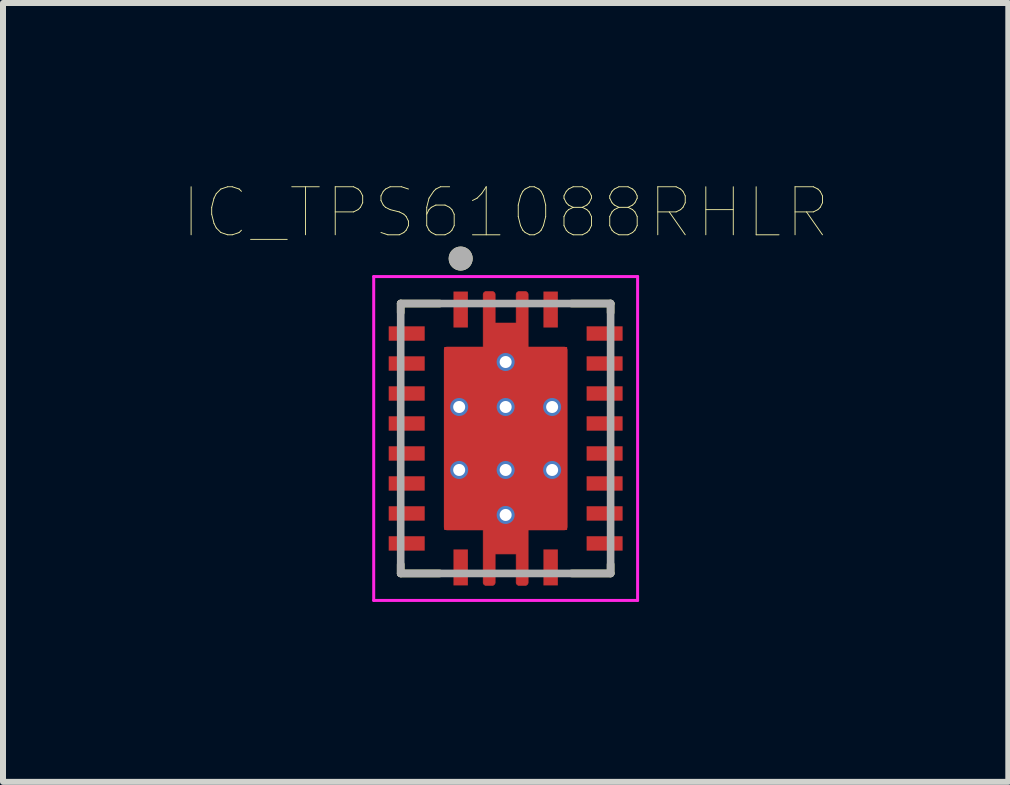
<source format=kicad_pcb>
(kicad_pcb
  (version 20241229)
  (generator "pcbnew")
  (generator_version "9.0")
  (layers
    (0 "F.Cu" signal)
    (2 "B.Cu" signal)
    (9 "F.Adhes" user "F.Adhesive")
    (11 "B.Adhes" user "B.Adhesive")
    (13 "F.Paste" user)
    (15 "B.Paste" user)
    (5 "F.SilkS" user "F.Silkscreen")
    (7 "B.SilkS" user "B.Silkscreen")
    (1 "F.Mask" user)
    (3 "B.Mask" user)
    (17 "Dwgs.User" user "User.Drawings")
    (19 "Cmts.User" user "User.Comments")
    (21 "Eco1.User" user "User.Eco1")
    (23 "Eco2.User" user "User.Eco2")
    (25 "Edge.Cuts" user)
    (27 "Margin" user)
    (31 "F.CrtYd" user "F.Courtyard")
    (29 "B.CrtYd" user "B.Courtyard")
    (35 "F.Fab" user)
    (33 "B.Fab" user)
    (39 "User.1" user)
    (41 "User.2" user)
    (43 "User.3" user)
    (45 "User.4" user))
  (footprint "IC_TPS61088RHLR"
    (layer "F.Cu")
    (at 5.381 4.261)
    (property "Reference" "IC_TPS61088RHLR" (at 0 -3.766 0) (layer "F.SilkS") (effects (font (size 0.801 0.801) (thickness 0.015))))
    (attr through_hole)
    (fp_poly (pts (xy -0.375 -1.525) (xy -0.375 -2.4) (xy -0.375 -2.403) (xy -0.375 -2.405) (xy -0.374 -2.408) (xy -0.374 -2.41) (xy -0.373 -2.413) (xy -0.373 -2.415) (xy -0.372 -2.418) (xy -0.371 -2.42) (xy -0.37 -2.423) (xy -0.368 -2.425) (xy -0.367 -2.427) (xy -0.365 -2.429) (xy -0.364 -2.431) (xy -0.362 -2.433) (xy -0.36 -2.435) (xy -0.358 -2.437) (xy -0.356 -2.439) (xy -0.354 -2.44) (xy -0.352 -2.442) (xy -0.35 -2.443) (xy -0.348 -2.445) (xy -0.345 -2.446) (xy -0.343 -2.447) (xy -0.34 -2.448) (xy -0.338 -2.448) (xy -0.335 -2.449) (xy -0.333 -2.449) (xy -0.33 -2.45) (xy -0.328 -2.45) (xy -0.325 -2.45) (xy -0.225 -2.45) (xy -0.222 -2.45) (xy -0.22 -2.45) (xy -0.217 -2.449) (xy -0.215 -2.449) (xy -0.212 -2.448) (xy -0.21 -2.448) (xy -0.207 -2.447) (xy -0.205 -2.446) (xy -0.202 -2.445) (xy -0.2 -2.443) (xy -0.198 -2.442) (xy -0.196 -2.44) (xy -0.194 -2.439) (xy -0.192 -2.437) (xy -0.19 -2.435) (xy -0.188 -2.433) (xy -0.186 -2.431) (xy -0.185 -2.429) (xy -0.183 -2.427) (xy -0.182 -2.425) (xy -0.18 -2.423) (xy -0.179 -2.42) (xy -0.178 -2.418) (xy -0.177 -2.415) (xy -0.177 -2.413) (xy -0.176 -2.41) (xy -0.176 -2.408) (xy -0.175 -2.405) (xy -0.175 -2.403) (xy -0.175 -2.4) (xy -0.175 -1.925) (xy 0.175 -1.925) (xy 0.175 -2.4) (xy 0.175 -2.403) (xy 0.175 -2.405) (xy 0.176 -2.408) (xy 0.176 -2.41) (xy 0.177 -2.413) (xy 0.177 -2.415) (xy 0.178 -2.418) (xy 0.179 -2.42) (xy 0.18 -2.423) (xy 0.182 -2.425) (xy 0.183 -2.427) (xy 0.185 -2.429) (xy 0.186 -2.431) (xy 0.188 -2.433) (xy 0.19 -2.435) (xy 0.192 -2.437) (xy 0.194 -2.439) (xy 0.196 -2.44) (xy 0.198 -2.442) (xy 0.2 -2.443) (xy 0.202 -2.445) (xy 0.205 -2.446) (xy 0.207 -2.447) (xy 0.21 -2.448) (xy 0.212 -2.448) (xy 0.215 -2.449) (xy 0.217 -2.449) (xy 0.22 -2.45) (xy 0.222 -2.45) (xy 0.225 -2.45) (xy 0.325 -2.45) (xy 0.328 -2.45) (xy 0.33 -2.45) (xy 0.333 -2.449) (xy 0.335 -2.449) (xy 0.338 -2.448) (xy 0.34 -2.448) (xy 0.343 -2.447) (xy 0.345 -2.446) (xy 0.348 -2.445) (xy 0.35 -2.443) (xy 0.352 -2.442) (xy 0.354 -2.44) (xy 0.356 -2.439) (xy 0.358 -2.437) (xy 0.36 -2.435) (xy 0.362 -2.433) (xy 0.364 -2.431) (xy 0.365 -2.429) (xy 0.367 -2.427) (xy 0.368 -2.425) (xy 0.37 -2.423) (xy 0.371 -2.42) (xy 0.372 -2.418) (xy 0.373 -2.415) (xy 0.373 -2.413) (xy 0.374 -2.41) (xy 0.374 -2.408) (xy 0.375 -2.405) (xy 0.375 -2.403) (xy 0.375 -2.4) (xy 0.375 -1.525) (xy 0.975 -1.525) (xy 0.978 -1.525) (xy 0.98 -1.525) (xy 0.983 -1.524) (xy 0.985 -1.524) (xy 0.988 -1.523) (xy 0.99 -1.523) (xy 0.993 -1.522) (xy 0.995 -1.521) (xy 0.998 -1.52) (xy 1 -1.518) (xy 1.002 -1.517) (xy 1.004 -1.515) (xy 1.006 -1.514) (xy 1.008 -1.512) (xy 1.01 -1.51) (xy 1.012 -1.508) (xy 1.014 -1.506) (xy 1.015 -1.504) (xy 1.017 -1.502) (xy 1.018 -1.5) (xy 1.02 -1.498) (xy 1.021 -1.495) (xy 1.022 -1.493) (xy 1.023 -1.49) (xy 1.023 -1.488) (xy 1.024 -1.485) (xy 1.024 -1.483) (xy 1.025 -1.48) (xy 1.025 -1.478) (xy 1.025 -1.475) (xy 1.025 1.475) (xy 1.025 1.478) (xy 1.025 1.48) (xy 1.024 1.483) (xy 1.024 1.485) (xy 1.023 1.488) (xy 1.023 1.49) (xy 1.022 1.493) (xy 1.021 1.495) (xy 1.02 1.498) (xy 1.018 1.5) (xy 1.017 1.502) (xy 1.015 1.504) (xy 1.014 1.506) (xy 1.012 1.508) (xy 1.01 1.51) (xy 1.008 1.512) (xy 1.006 1.514) (xy 1.004 1.515) (xy 1.002 1.517) (xy 1 1.518) (xy 0.998 1.52) (xy 0.995 1.521) (xy 0.993 1.522) (xy 0.99 1.523) (xy 0.988 1.523) (xy 0.985 1.524) (xy 0.983 1.524) (xy 0.98 1.525) (xy 0.978 1.525) (xy 0.975 1.525) (xy 0.375 1.525) (xy 0.375 2.4) (xy 0.375 2.403) (xy 0.375 2.405) (xy 0.374 2.408) (xy 0.374 2.41) (xy 0.373 2.413) (xy 0.373 2.415) (xy 0.372 2.418) (xy 0.371 2.42) (xy 0.37 2.423) (xy 0.368 2.425) (xy 0.367 2.427) (xy 0.365 2.429) (xy 0.364 2.431) (xy 0.362 2.433) (xy 0.36 2.435) (xy 0.358 2.437) (xy 0.356 2.439) (xy 0.354 2.44) (xy 0.352 2.442) (xy 0.35 2.443) (xy 0.348 2.445) (xy 0.345 2.446) (xy 0.343 2.447) (xy 0.34 2.448) (xy 0.338 2.448) (xy 0.335 2.449) (xy 0.333 2.449) (xy 0.33 2.45) (xy 0.328 2.45) (xy 0.325 2.45) (xy 0.225 2.45) (xy 0.222 2.45) (xy 0.22 2.45) (xy 0.217 2.449) (xy 0.215 2.449) (xy 0.212 2.448) (xy 0.21 2.448) (xy 0.207 2.447) (xy 0.205 2.446) (xy 0.202 2.445) (xy 0.2 2.443) (xy 0.198 2.442) (xy 0.196 2.44) (xy 0.194 2.439) (xy 0.192 2.437) (xy 0.19 2.435) (xy 0.188 2.433) (xy 0.186 2.431) (xy 0.185 2.429) (xy 0.183 2.427) (xy 0.182 2.425) (xy 0.18 2.423) (xy 0.179 2.42) (xy 0.178 2.418) (xy 0.177 2.415) (xy 0.177 2.413) (xy 0.176 2.41) (xy 0.176 2.408) (xy 0.175 2.405) (xy 0.175 2.403) (xy 0.175 2.4) (xy 0.175 1.925) (xy -0.175 1.925) (xy -0.175 2.4) (xy -0.175 2.403) (xy -0.175 2.405) (xy -0.176 2.408) (xy -0.176 2.41) (xy -0.177 2.413) (xy -0.177 2.415) (xy -0.178 2.418) (xy -0.179 2.42) (xy -0.18 2.423) (xy -0.182 2.425) (xy -0.183 2.427) (xy -0.185 2.429) (xy -0.186 2.431) (xy -0.188 2.433) (xy -0.19 2.435) (xy -0.192 2.437) (xy -0.194 2.439) (xy -0.196 2.44) (xy -0.198 2.442) (xy -0.2 2.443) (xy -0.202 2.445) (xy -0.205 2.446) (xy -0.207 2.447) (xy -0.21 2.448) (xy -0.212 2.448) (xy -0.215 2.449) (xy -0.217 2.449) (xy -0.22 2.45) (xy -0.222 2.45) (xy -0.225 2.45) (xy -0.325 2.45) (xy -0.328 2.45) (xy -0.33 2.45) (xy -0.333 2.449) (xy -0.335 2.449) (xy -0.338 2.448) (xy -0.34 2.448) (xy -0.343 2.447) (xy -0.345 2.446) (xy -0.348 2.445) (xy -0.35 2.443) (xy -0.352 2.442) (xy -0.354 2.44) (xy -0.356 2.439) (xy -0.358 2.437) (xy -0.36 2.435) (xy -0.362 2.433) (xy -0.364 2.431) (xy -0.365 2.429) (xy -0.367 2.427) (xy -0.368 2.425) (xy -0.37 2.423) (xy -0.371 2.42) (xy -0.372 2.418) (xy -0.373 2.415) (xy -0.373 2.413) (xy -0.374 2.41) (xy -0.374 2.408) (xy -0.375 2.405) (xy -0.375 2.403) (xy -0.375 2.4) (xy -0.375 1.525) (xy -0.975 1.525) (xy -0.978 1.525) (xy -0.98 1.525) (xy -0.983 1.524) (xy -0.985 1.524) (xy -0.988 1.523) (xy -0.99 1.523) (xy -0.993 1.522) (xy -0.995 1.521) (xy -0.998 1.52) (xy -1 1.518) (xy -1.002 1.517) (xy -1.004 1.515) (xy -1.006 1.514) (xy -1.008 1.512) (xy -1.01 1.51) (xy -1.012 1.508) (xy -1.014 1.506) (xy -1.015 1.504) (xy -1.017 1.502) (xy -1.018 1.5) (xy -1.02 1.498) (xy -1.021 1.495) (xy -1.022 1.493) (xy -1.023 1.49) (xy -1.023 1.488) (xy -1.024 1.485) (xy -1.024 1.483) (xy -1.025 1.48) (xy -1.025 1.478) (xy -1.025 1.475) (xy -1.025 -1.475) (xy -1.025 -1.478) (xy -1.025 -1.48) (xy -1.024 -1.483) (xy -1.024 -1.485) (xy -1.023 -1.488) (xy -1.023 -1.49) (xy -1.022 -1.493) (xy -1.021 -1.495) (xy -1.02 -1.498) (xy -1.018 -1.5) (xy -1.017 -1.502) (xy -1.015 -1.504) (xy -1.014 -1.506) (xy -1.012 -1.508) (xy -1.01 -1.51) (xy -1.008 -1.512) (xy -1.006 -1.514) (xy -1.004 -1.515) (xy -1.002 -1.517) (xy -1 -1.518) (xy -0.998 -1.52) (xy -0.995 -1.521) (xy -0.993 -1.522) (xy -0.99 -1.523) (xy -0.988 -1.523) (xy -0.985 -1.524) (xy -0.983 -1.524) (xy -0.98 -1.525) (xy -0.978 -1.525) (xy -0.975 -1.525) (xy -0.375 -1.525)) (stroke (width 0.01) (type solid)) (fill yes) (layer "F.Cu"))
    (fp_poly (pts (xy -0.477 -1.627) (xy -0.477 -2.4) (xy -0.477 -2.408) (xy -0.476 -2.416) (xy -0.475 -2.424) (xy -0.474 -2.432) (xy -0.472 -2.439) (xy -0.47 -2.447) (xy -0.467 -2.454) (xy -0.464 -2.462) (xy -0.46 -2.469) (xy -0.457 -2.476) (xy -0.452 -2.483) (xy -0.448 -2.489) (xy -0.443 -2.496) (xy -0.438 -2.502) (xy -0.432 -2.507) (xy -0.427 -2.513) (xy -0.421 -2.518) (xy -0.414 -2.523) (xy -0.408 -2.527) (xy -0.401 -2.532) (xy -0.394 -2.535) (xy -0.387 -2.539) (xy -0.379 -2.542) (xy -0.372 -2.545) (xy -0.364 -2.547) (xy -0.357 -2.549) (xy -0.349 -2.55) (xy -0.341 -2.551) (xy -0.333 -2.552) (xy -0.325 -2.552) (xy -0.225 -2.552) (xy -0.217 -2.552) (xy -0.209 -2.551) (xy -0.201 -2.55) (xy -0.193 -2.549) (xy -0.186 -2.547) (xy -0.178 -2.545) (xy -0.171 -2.542) (xy -0.163 -2.539) (xy -0.156 -2.535) (xy -0.149 -2.532) (xy -0.142 -2.527) (xy -0.136 -2.523) (xy -0.129 -2.518) (xy -0.123 -2.513) (xy -0.118 -2.507) (xy -0.112 -2.502) (xy -0.107 -2.496) (xy -0.102 -2.489) (xy -0.098 -2.483) (xy -0.093 -2.476) (xy -0.09 -2.469) (xy -0.086 -2.462) (xy -0.083 -2.454) (xy -0.08 -2.447) (xy -0.078 -2.439) (xy -0.076 -2.432) (xy -0.075 -2.424) (xy -0.074 -2.416) (xy -0.073 -2.408) (xy -0.073 -2.4) (xy -0.073 -2.027) (xy 0.072 -2.027) (xy 0.073 -2.027) (xy 0.073 -2.402) (xy 0.073 -2.41) (xy 0.074 -2.418) (xy 0.075 -2.425) (xy 0.076 -2.433) (xy 0.078 -2.441) (xy 0.08 -2.448) (xy 0.083 -2.456) (xy 0.086 -2.463) (xy 0.089 -2.47) (xy 0.093 -2.477) (xy 0.097 -2.484) (xy 0.102 -2.49) (xy 0.106 -2.496) (xy 0.112 -2.502) (xy 0.117 -2.508) (xy 0.123 -2.513) (xy 0.129 -2.519) (xy 0.135 -2.523) (xy 0.141 -2.528) (xy 0.148 -2.532) (xy 0.155 -2.536) (xy 0.162 -2.539) (xy 0.169 -2.542) (xy 0.177 -2.545) (xy 0.184 -2.547) (xy 0.192 -2.549) (xy 0.2 -2.55) (xy 0.207 -2.551) (xy 0.215 -2.552) (xy 0.223 -2.552) (xy 0.326 -2.552) (xy 0.334 -2.552) (xy 0.342 -2.551) (xy 0.35 -2.55) (xy 0.357 -2.549) (xy 0.365 -2.547) (xy 0.373 -2.545) (xy 0.38 -2.542) (xy 0.387 -2.539) (xy 0.395 -2.536) (xy 0.402 -2.532) (xy 0.408 -2.528) (xy 0.415 -2.523) (xy 0.421 -2.518) (xy 0.427 -2.513) (xy 0.433 -2.508) (xy 0.438 -2.502) (xy 0.443 -2.496) (xy 0.448 -2.49) (xy 0.453 -2.483) (xy 0.457 -2.477) (xy 0.461 -2.47) (xy 0.464 -2.462) (xy 0.467 -2.455) (xy 0.47 -2.448) (xy 0.472 -2.44) (xy 0.474 -2.432) (xy 0.475 -2.425) (xy 0.476 -2.417) (xy 0.477 -2.409) (xy 0.477 -2.401) (xy 0.477 -1.627) (xy 0.975 -1.627) (xy 0.983 -1.627) (xy 0.991 -1.626) (xy 0.999 -1.625) (xy 1.007 -1.624) (xy 1.014 -1.622) (xy 1.022 -1.62) (xy 1.029 -1.617) (xy 1.037 -1.614) (xy 1.044 -1.61) (xy 1.051 -1.607) (xy 1.058 -1.602) (xy 1.064 -1.598) (xy 1.071 -1.593) (xy 1.077 -1.588) (xy 1.082 -1.582) (xy 1.088 -1.577) (xy 1.093 -1.571) (xy 1.098 -1.564) (xy 1.102 -1.558) (xy 1.107 -1.551) (xy 1.11 -1.544) (xy 1.114 -1.537) (xy 1.117 -1.529) (xy 1.12 -1.522) (xy 1.122 -1.514) (xy 1.124 -1.507) (xy 1.125 -1.499) (xy 1.126 -1.491) (xy 1.127 -1.483) (xy 1.127 -1.475) (xy 1.127 1.476) (xy 1.127 1.484) (xy 1.126 1.492) (xy 1.125 1.499) (xy 1.124 1.507) (xy 1.122 1.515) (xy 1.12 1.522) (xy 1.117 1.53) (xy 1.114 1.537) (xy 1.111 1.544) (xy 1.107 1.551) (xy 1.103 1.558) (xy 1.098 1.564) (xy 1.094 1.57) (xy 1.088 1.576) (xy 1.083 1.582) (xy 1.077 1.587) (xy 1.071 1.593) (xy 1.065 1.597) (xy 1.059 1.602) (xy 1.052 1.606) (xy 1.045 1.61) (xy 1.038 1.613) (xy 1.031 1.616) (xy 1.023 1.619) (xy 1.016 1.621) (xy 1.008 1.623) (xy 1 1.624) (xy 0.993 1.625) (xy 0.985 1.626) (xy 0.977 1.626) (xy 0.478 1.626) (xy 0.478 1.626) (xy 0.478 1.626) (xy 0.478 1.626) (xy 0.478 1.626) (xy 0.478 1.626) (xy 0.478 1.626) (xy 0.478 1.626) (xy 0.478 1.626) (xy 0.478 1.626) (xy 0.477 1.626) (xy 0.477 1.626) (xy 0.477 1.626) (xy 0.477 1.626) (xy 0.477 1.626) (xy 0.477 1.626) (xy 0.477 1.626) (xy 0.477 1.626) (xy 0.477 1.626) (xy 0.477 1.626) (xy 0.477 1.627) (xy 0.477 1.627) (xy 0.477 1.627) (xy 0.477 1.627) (xy 0.477 1.627) (xy 0.477 1.627) (xy 0.477 1.627) (xy 0.477 1.627) (xy 0.477 1.627) (xy 0.477 1.627) (xy 0.477 1.627) (xy 0.477 2.401) (xy 0.477 2.409) (xy 0.476 2.417) (xy 0.475 2.424) (xy 0.474 2.432) (xy 0.472 2.44) (xy 0.47 2.447) (xy 0.467 2.455) (xy 0.464 2.462) (xy 0.461 2.469) (xy 0.457 2.476) (xy 0.453 2.483) (xy 0.448 2.489) (xy 0.444 2.495) (xy 0.438 2.501) (xy 0.433 2.507) (xy 0.427 2.512) (xy 0.421 2.518) (xy 0.415 2.522) (xy 0.409 2.527) (xy 0.402 2.531) (xy 0.395 2.535) (xy 0.388 2.538) (xy 0.381 2.541) (xy 0.373 2.544) (xy 0.366 2.546) (xy 0.358 2.548) (xy 0.35 2.549) (xy 0.343 2.55) (xy 0.335 2.551) (xy 0.327 2.551) (xy 0.222 2.551) (xy 0.214 2.551) (xy 0.206 2.55) (xy 0.199 2.549) (xy 0.191 2.548) (xy 0.183 2.546) (xy 0.176 2.544) (xy 0.169 2.541) (xy 0.161 2.538) (xy 0.154 2.535) (xy 0.147 2.531) (xy 0.141 2.527) (xy 0.134 2.523) (xy 0.128 2.518) (xy 0.122 2.513) (xy 0.117 2.507) (xy 0.111 2.502) (xy 0.106 2.496) (xy 0.101 2.49) (xy 0.097 2.483) (xy 0.093 2.477) (xy 0.089 2.47) (xy 0.086 2.463) (xy 0.083 2.455) (xy 0.08 2.448) (xy 0.078 2.441) (xy 0.076 2.433) (xy 0.075 2.425) (xy 0.074 2.418) (xy 0.073 2.41) (xy 0.073 2.402) (xy 0.073 2.027) (xy -0.072 2.027) (xy -0.072 2.027) (xy -0.072 2.027) (xy -0.072 2.027) (xy -0.072 2.027) (xy -0.072 2.027) (xy -0.072 2.027) (xy -0.072 2.027) (xy -0.072 2.027) (xy -0.072 2.027) (xy -0.072 2.027) (xy -0.073 2.027) (xy -0.073 2.027) (xy -0.073 2.027) (xy -0.073 2.027) (xy -0.073 2.027) (xy -0.073 2.027) (xy -0.073 2.027) (xy -0.073 2.027) (xy -0.073 2.027) (xy -0.073 2.027) (xy -0.073 2.028) (xy -0.073 2.028) (xy -0.073 2.028) (xy -0.073 2.028) (xy -0.073 2.028) (xy -0.073 2.028) (xy -0.073 2.028) (xy -0.073 2.028) (xy -0.073 2.028) (xy -0.073 2.028) (xy -0.073 2.401) (xy -0.073 2.409) (xy -0.074 2.417) (xy -0.075 2.424) (xy -0.076 2.432) (xy -0.078 2.44) (xy -0.08 2.447) (xy -0.083 2.455) (xy -0.086 2.462) (xy -0.089 2.469) (xy -0.093 2.476) (xy -0.097 2.483) (xy -0.102 2.489) (xy -0.106 2.495) (xy -0.112 2.501) (xy -0.117 2.507) (xy -0.123 2.512) (xy -0.129 2.518) (xy -0.135 2.522) (xy -0.141 2.527) (xy -0.148 2.531) (xy -0.155 2.535) (xy -0.162 2.538) (xy -0.169 2.541) (xy -0.177 2.544) (xy -0.184 2.546) (xy -0.192 2.548) (xy -0.2 2.549) (xy -0.207 2.55) (xy -0.215 2.551) (xy -0.223 2.551) (xy -0.329 2.551) (xy -0.337 2.551) (xy -0.344 2.55) (xy -0.352 2.549) (xy -0.36 2.548) (xy -0.367 2.546) (xy -0.375 2.544) (xy -0.382 2.541) (xy -0.389 2.538) (xy -0.396 2.535) (xy -0.403 2.531) (xy -0.41 2.527) (xy -0.416 2.523) (xy -0.422 2.518) (xy -0.428 2.513) (xy -0.434 2.508) (xy -0.439 2.502) (xy -0.444 2.496) (xy -0.449 2.49) (xy -0.453 2.484) (xy -0.457 2.477) (xy -0.461 2.47) (xy -0.464 2.463) (xy -0.467 2.456) (xy -0.47 2.449) (xy -0.472 2.441) (xy -0.474 2.434) (xy -0.475 2.426) (xy -0.476 2.418) (xy -0.477 2.411) (xy -0.477 2.403) (xy -0.477 1.627) (xy -0.975 1.627) (xy -0.983 1.627) (xy -0.991 1.626) (xy -0.999 1.625) (xy -1.007 1.624) (xy -1.014 1.622) (xy -1.022 1.62) (xy -1.029 1.617) (xy -1.037 1.614) (xy -1.044 1.61) (xy -1.051 1.607) (xy -1.058 1.602) (xy -1.064 1.598) (xy -1.071 1.593) (xy -1.077 1.588) (xy -1.082 1.582) (xy -1.088 1.577) (xy -1.093 1.571) (xy -1.098 1.564) (xy -1.102 1.558) (xy -1.107 1.551) (xy -1.11 1.544) (xy -1.114 1.537) (xy -1.117 1.529) (xy -1.12 1.522) (xy -1.122 1.514) (xy -1.124 1.507) (xy -1.125 1.499) (xy -1.126 1.491) (xy -1.127 1.483) (xy -1.127 1.475) (xy -1.127 -1.474) (xy -1.127 -1.482) (xy -1.126 -1.49) (xy -1.125 -1.498) (xy -1.124 -1.506) (xy -1.122 -1.513) (xy -1.12 -1.521) (xy -1.117 -1.528) (xy -1.114 -1.536) (xy -1.11 -1.543) (xy -1.107 -1.55) (xy -1.102 -1.557) (xy -1.098 -1.563) (xy -1.093 -1.57) (xy -1.088 -1.576) (xy -1.082 -1.581) (xy -1.077 -1.587) (xy -1.071 -1.592) (xy -1.064 -1.597) (xy -1.058 -1.601) (xy -1.051 -1.606) (xy -1.044 -1.609) (xy -1.037 -1.613) (xy -1.029 -1.616) (xy -1.022 -1.619) (xy -1.014 -1.621) (xy -1.007 -1.623) (xy -0.999 -1.624) (xy -0.991 -1.625) (xy -0.983 -1.626) (xy -0.975 -1.626) (xy -0.478 -1.626) (xy -0.478 -1.626) (xy -0.478 -1.626) (xy -0.478 -1.626) (xy -0.478 -1.626) (xy -0.478 -1.626) (xy -0.478 -1.626) (xy -0.478 -1.626) (xy -0.478 -1.626) (xy -0.478 -1.626) (xy -0.477 -1.626) (xy -0.477 -1.626) (xy -0.477 -1.626) (xy -0.477 -1.626) (xy -0.477 -1.626) (xy -0.477 -1.626) (xy -0.477 -1.626) (xy -0.477 -1.626) (xy -0.477 -1.626) (xy -0.477 -1.626) (xy -0.477 -1.627) (xy -0.477 -1.627) (xy -0.477 -1.627) (xy -0.477 -1.627) (xy -0.477 -1.627) (xy -0.477 -1.627) (xy -0.477 -1.627) (xy -0.477 -1.627) (xy -0.477 -1.627) (xy -0.477 -1.627) (xy -0.477 -1.627)) (stroke (width 0.01) (type solid)) (fill yes) (layer "F.Mask"))
    (fp_line (start -1.75 -2.25) (end -1.1 -2.25) (stroke (width 0.127) (type solid)) (layer "F.SilkS"))
    (fp_line (start -1.75 -2.1) (end -1.75 -2.25) (stroke (width 0.127) (type solid)) (layer "F.SilkS"))
    (fp_line (start -1.75 2.1) (end -1.75 2.25) (stroke (width 0.127) (type solid)) (layer "F.SilkS"))
    (fp_line (start -1.75 2.25) (end -1.1 2.25) (stroke (width 0.127) (type solid)) (layer "F.SilkS"))
    (fp_line (start 1.1 -2.25) (end 1.75 -2.25) (stroke (width 0.127) (type solid)) (layer "F.SilkS"))
    (fp_line (start 1.1 2.25) (end 1.75 2.25) (stroke (width 0.127) (type solid)) (layer "F.SilkS"))
    (fp_line (start 1.75 -2.25) (end 1.75 -2.1) (stroke (width 0.127) (type solid)) (layer "F.SilkS"))
    (fp_line (start 1.75 2.25) (end 1.75 2.1) (stroke (width 0.127) (type solid)) (layer "F.SilkS"))
    (fp_circle (center -0.75 -3) (end -0.65 -3) (stroke (width 0.2) (type solid)) (fill no) (layer "F.SilkS"))
    (fp_poly (pts (xy -1.02 -0.625) (xy -0.1 -0.625) (xy -0.1 -1.475) (xy -1.02 -1.475)) (stroke (width 0.01) (type solid)) (fill yes) (layer "F.Paste"))
    (fp_poly (pts (xy -1.02 0.425) (xy -0.1 0.425) (xy -0.1 -0.425) (xy -1.02 -0.425)) (stroke (width 0.01) (type solid)) (fill yes) (layer "F.Paste"))
    (fp_poly (pts (xy -1.02 1.475) (xy -0.1 1.475) (xy -0.1 0.625) (xy -1.02 0.625)) (stroke (width 0.01) (type solid)) (fill yes) (layer "F.Paste"))
    (fp_poly (pts (xy 0.1 -0.625) (xy 1.02 -0.625) (xy 1.02 -1.475) (xy 0.1 -1.475)) (stroke (width 0.01) (type solid)) (fill yes) (layer "F.Paste"))
    (fp_poly (pts (xy 0.1 0.425) (xy 1.02 0.425) (xy 1.02 -0.425) (xy 0.1 -0.425)) (stroke (width 0.01) (type solid)) (fill yes) (layer "F.Paste"))
    (fp_poly (pts (xy 0.1 1.475) (xy 1.02 1.475) (xy 1.02 0.625) (xy 0.1 0.625)) (stroke (width 0.01) (type solid)) (fill yes) (layer "F.Paste"))
    (fp_poly (pts (xy -0.375 -1.675) (xy -0.375 -2.4) (xy -0.375 -2.403) (xy -0.375 -2.405) (xy -0.374 -2.408) (xy -0.374 -2.41) (xy -0.373 -2.413) (xy -0.373 -2.415) (xy -0.372 -2.418) (xy -0.371 -2.42) (xy -0.37 -2.423) (xy -0.368 -2.425) (xy -0.367 -2.427) (xy -0.365 -2.429) (xy -0.364 -2.431) (xy -0.362 -2.433) (xy -0.36 -2.435) (xy -0.358 -2.437) (xy -0.356 -2.439) (xy -0.354 -2.44) (xy -0.352 -2.442) (xy -0.35 -2.443) (xy -0.348 -2.445) (xy -0.345 -2.446) (xy -0.343 -2.447) (xy -0.34 -2.448) (xy -0.338 -2.448) (xy -0.335 -2.449) (xy -0.333 -2.449) (xy -0.33 -2.45) (xy -0.328 -2.45) (xy -0.325 -2.45) (xy -0.225 -2.45) (xy -0.222 -2.45) (xy -0.22 -2.45) (xy -0.217 -2.449) (xy -0.215 -2.449) (xy -0.212 -2.448) (xy -0.21 -2.448) (xy -0.207 -2.447) (xy -0.205 -2.446) (xy -0.202 -2.445) (xy -0.2 -2.443) (xy -0.198 -2.442) (xy -0.196 -2.44) (xy -0.194 -2.439) (xy -0.192 -2.437) (xy -0.19 -2.435) (xy -0.188 -2.433) (xy -0.186 -2.431) (xy -0.185 -2.429) (xy -0.183 -2.427) (xy -0.182 -2.425) (xy -0.18 -2.423) (xy -0.179 -2.42) (xy -0.178 -2.418) (xy -0.177 -2.415) (xy -0.177 -2.413) (xy -0.176 -2.41) (xy -0.176 -2.408) (xy -0.175 -2.405) (xy -0.175 -2.403) (xy -0.175 -2.4) (xy -0.175 -1.925) (xy 0.175 -1.925) (xy 0.175 -2.4) (xy 0.175 -2.403) (xy 0.175 -2.405) (xy 0.176 -2.408) (xy 0.176 -2.41) (xy 0.177 -2.413) (xy 0.177 -2.415) (xy 0.178 -2.418) (xy 0.179 -2.42) (xy 0.18 -2.423) (xy 0.182 -2.425) (xy 0.183 -2.427) (xy 0.185 -2.429) (xy 0.186 -2.431) (xy 0.188 -2.433) (xy 0.19 -2.435) (xy 0.192 -2.437) (xy 0.194 -2.439) (xy 0.196 -2.44) (xy 0.198 -2.442) (xy 0.2 -2.443) (xy 0.202 -2.445) (xy 0.205 -2.446) (xy 0.207 -2.447) (xy 0.21 -2.448) (xy 0.212 -2.448) (xy 0.215 -2.449) (xy 0.217 -2.449) (xy 0.22 -2.45) (xy 0.222 -2.45) (xy 0.225 -2.45) (xy 0.325 -2.45) (xy 0.328 -2.45) (xy 0.33 -2.45) (xy 0.333 -2.449) (xy 0.335 -2.449) (xy 0.338 -2.448) (xy 0.34 -2.448) (xy 0.343 -2.447) (xy 0.345 -2.446) (xy 0.348 -2.445) (xy 0.35 -2.443) (xy 0.352 -2.442) (xy 0.354 -2.44) (xy 0.356 -2.439) (xy 0.358 -2.437) (xy 0.36 -2.435) (xy 0.362 -2.433) (xy 0.364 -2.431) (xy 0.365 -2.429) (xy 0.367 -2.427) (xy 0.368 -2.425) (xy 0.37 -2.423) (xy 0.371 -2.42) (xy 0.372 -2.418) (xy 0.373 -2.415) (xy 0.373 -2.413) (xy 0.374 -2.41) (xy 0.374 -2.408) (xy 0.375 -2.405) (xy 0.375 -2.403) (xy 0.375 -2.4) (xy 0.375 -1.675) (xy -0.375 -1.675)) (stroke (width 0.01) (type solid)) (fill yes) (layer "F.Paste"))
    (fp_poly (pts (xy 0.375 1.675) (xy 0.375 2.4) (xy 0.375 2.403) (xy 0.375 2.405) (xy 0.374 2.408) (xy 0.374 2.41) (xy 0.373 2.413) (xy 0.373 2.415) (xy 0.372 2.418) (xy 0.371 2.42) (xy 0.37 2.423) (xy 0.368 2.425) (xy 0.367 2.427) (xy 0.365 2.429) (xy 0.364 2.431) (xy 0.362 2.433) (xy 0.36 2.435) (xy 0.358 2.437) (xy 0.356 2.439) (xy 0.354 2.44) (xy 0.352 2.442) (xy 0.35 2.443) (xy 0.348 2.445) (xy 0.345 2.446) (xy 0.343 2.447) (xy 0.34 2.448) (xy 0.338 2.448) (xy 0.335 2.449) (xy 0.333 2.449) (xy 0.33 2.45) (xy 0.328 2.45) (xy 0.325 2.45) (xy 0.225 2.45) (xy 0.222 2.45) (xy 0.22 2.45) (xy 0.217 2.449) (xy 0.215 2.449) (xy 0.212 2.448) (xy 0.21 2.448) (xy 0.207 2.447) (xy 0.205 2.446) (xy 0.202 2.445) (xy 0.2 2.443) (xy 0.198 2.442) (xy 0.196 2.44) (xy 0.194 2.439) (xy 0.192 2.437) (xy 0.19 2.435) (xy 0.188 2.433) (xy 0.186 2.431) (xy 0.185 2.429) (xy 0.183 2.427) (xy 0.182 2.425) (xy 0.18 2.423) (xy 0.179 2.42) (xy 0.178 2.418) (xy 0.177 2.415) (xy 0.177 2.413) (xy 0.176 2.41) (xy 0.176 2.408) (xy 0.175 2.405) (xy 0.175 2.403) (xy 0.175 2.4) (xy 0.175 1.925) (xy -0.175 1.925) (xy -0.175 2.4) (xy -0.175 2.403) (xy -0.175 2.405) (xy -0.176 2.408) (xy -0.176 2.41) (xy -0.177 2.413) (xy -0.177 2.415) (xy -0.178 2.418) (xy -0.179 2.42) (xy -0.18 2.423) (xy -0.182 2.425) (xy -0.183 2.427) (xy -0.185 2.429) (xy -0.186 2.431) (xy -0.188 2.433) (xy -0.19 2.435) (xy -0.192 2.437) (xy -0.194 2.439) (xy -0.196 2.44) (xy -0.198 2.442) (xy -0.2 2.443) (xy -0.202 2.445) (xy -0.205 2.446) (xy -0.207 2.447) (xy -0.21 2.448) (xy -0.212 2.448) (xy -0.215 2.449) (xy -0.217 2.449) (xy -0.22 2.45) (xy -0.222 2.45) (xy -0.225 2.45) (xy -0.325 2.45) (xy -0.328 2.45) (xy -0.33 2.45) (xy -0.333 2.449) (xy -0.335 2.449) (xy -0.338 2.448) (xy -0.34 2.448) (xy -0.343 2.447) (xy -0.345 2.446) (xy -0.348 2.445) (xy -0.35 2.443) (xy -0.352 2.442) (xy -0.354 2.44) (xy -0.356 2.439) (xy -0.358 2.437) (xy -0.36 2.435) (xy -0.362 2.433) (xy -0.364 2.431) (xy -0.365 2.429) (xy -0.367 2.427) (xy -0.368 2.425) (xy -0.37 2.423) (xy -0.371 2.42) (xy -0.372 2.418) (xy -0.373 2.415) (xy -0.373 2.413) (xy -0.374 2.41) (xy -0.374 2.408) (xy -0.375 2.405) (xy -0.375 2.403) (xy -0.375 2.4) (xy -0.375 1.675) (xy 0.375 1.675)) (stroke (width 0.01) (type solid)) (fill yes) (layer "F.Paste"))
    (fp_line (start -2.2 -2.7) (end -2.2 2.7) (stroke (width 0.05) (type solid)) (layer "F.CrtYd"))
    (fp_line (start -2.2 2.7) (end 2.2 2.7) (stroke (width 0.05) (type solid)) (layer "F.CrtYd"))
    (fp_line (start 2.2 -2.7) (end -2.2 -2.7) (stroke (width 0.05) (type solid)) (layer "F.CrtYd"))
    (fp_line (start 2.2 2.7) (end 2.2 -2.7) (stroke (width 0.05) (type solid)) (layer "F.CrtYd"))
    (fp_line (start -1.75 -2.25) (end 1.75 -2.25) (stroke (width 0.127) (type solid)) (layer "F.Fab"))
    (fp_line (start -1.75 2.25) (end -1.75 -2.25) (stroke (width 0.127) (type solid)) (layer "F.Fab"))
    (fp_line (start 1.75 -2.25) (end 1.75 2.25) (stroke (width 0.127) (type solid)) (layer "F.Fab"))
    (fp_line (start 1.75 2.25) (end -1.75 2.25) (stroke (width 0.127) (type solid)) (layer "F.Fab"))
    (fp_circle (center -0.75 -3) (end -0.65 -3) (stroke (width 0.2) (type solid)) (fill no) (layer "F.Fab"))
    (pad "1" smd rect (at -0.75 -2.15) (size 0.24 0.6) (layers "F.Cu" "F.Mask" "F.Paste"))
    (pad "2" smd rect (at -1.65 -1.75) (size 0.6 0.24) (layers "F.Cu" "F.Mask" "F.Paste"))
    (pad "3" smd rect (at -1.65 -1.25) (size 0.6 0.24) (layers "F.Cu" "F.Mask" "F.Paste"))
    (pad "4" smd rect (at -1.65 -0.75) (size 0.6 0.24) (layers "F.Cu" "F.Mask" "F.Paste"))
    (pad "5" smd rect (at -1.65 -0.25) (size 0.6 0.24) (layers "F.Cu" "F.Mask" "F.Paste"))
    (pad "6" smd rect (at -1.65 0.25) (size 0.6 0.24) (layers "F.Cu" "F.Mask" "F.Paste"))
    (pad "7" smd rect (at -1.65 0.75) (size 0.6 0.24) (layers "F.Cu" "F.Mask" "F.Paste"))
    (pad "8" smd rect (at -1.65 1.25) (size 0.6 0.24) (layers "F.Cu" "F.Mask" "F.Paste"))
    (pad "9" smd rect (at -1.65 1.75) (size 0.6 0.24) (layers "F.Cu" "F.Mask" "F.Paste"))
    (pad "10" smd rect (at -0.75 2.15) (size 0.24 0.6) (layers "F.Cu" "F.Mask" "F.Paste"))
    (pad "11" smd rect (at 0.75 2.15) (size 0.24 0.6) (layers "F.Cu" "F.Mask" "F.Paste"))
    (pad "12" smd rect (at 1.65 1.75) (size 0.6 0.24) (layers "F.Cu" "F.Mask" "F.Paste"))
    (pad "13" smd rect (at 1.65 1.25) (size 0.6 0.24) (layers "F.Cu" "F.Mask" "F.Paste"))
    (pad "14" smd rect (at 1.65 0.75) (size 0.6 0.24) (layers "F.Cu" "F.Mask" "F.Paste"))
    (pad "15" smd rect (at 1.65 0.25) (size 0.6 0.24) (layers "F.Cu" "F.Mask" "F.Paste"))
    (pad "16" smd rect (at 1.65 -0.25) (size 0.6 0.24) (layers "F.Cu" "F.Mask" "F.Paste"))
    (pad "17" smd rect (at 1.65 -0.75) (size 0.6 0.24) (layers "F.Cu" "F.Mask" "F.Paste"))
    (pad "18" smd rect (at 1.65 -1.25) (size 0.6 0.24) (layers "F.Cu" "F.Mask" "F.Paste"))
    (pad "19" smd rect (at 1.65 -1.75) (size 0.6 0.24) (layers "F.Cu" "F.Mask" "F.Paste"))
    (pad "20" smd rect (at 0.75 -2.15) (size 0.24 0.6) (layers "F.Cu" "F.Mask" "F.Paste"))
    (pad "21" smd rect (at 0 0) (size 2.05 3.05) (layers "F.Cu" "F.Mask"))
    (pad "22" thru_hole circle (at 0 -1.275) (size 0.3 0.3) (drill 0.2) (layers "*.Cu" "*.Mask"))
    (pad "23" thru_hole circle (at -0.775 -0.525) (size 0.3 0.3) (drill 0.2) (layers "*.Cu" "*.Mask"))
    (pad "24" thru_hole circle (at 0 -0.525) (size 0.3 0.3) (drill 0.2) (layers "*.Cu" "*.Mask"))
    (pad "25" thru_hole circle (at 0.775 -0.525) (size 0.3 0.3) (drill 0.2) (layers "*.Cu" "*.Mask"))
    (pad "26" thru_hole circle (at -0.775 0.525) (size 0.3 0.3) (drill 0.2) (layers "*.Cu" "*.Mask"))
    (pad "27" thru_hole circle (at 0 0.525) (size 0.3 0.3) (drill 0.2) (layers "*.Cu" "*.Mask"))
    (pad "28" thru_hole circle (at 0.775 0.525) (size 0.3 0.3) (drill 0.2) (layers "*.Cu" "*.Mask"))
    (pad "29" thru_hole circle (at 0 1.275) (size 0.3 0.3) (drill 0.2) (layers "*.Cu" "*.Mask")))
  (gr_rect
    (start -3 -3)
    (end 13.762 9.986)
    (stroke (width 0.1) (type default))
    (fill no)
    (layer "Edge.Cuts")))
</source>
